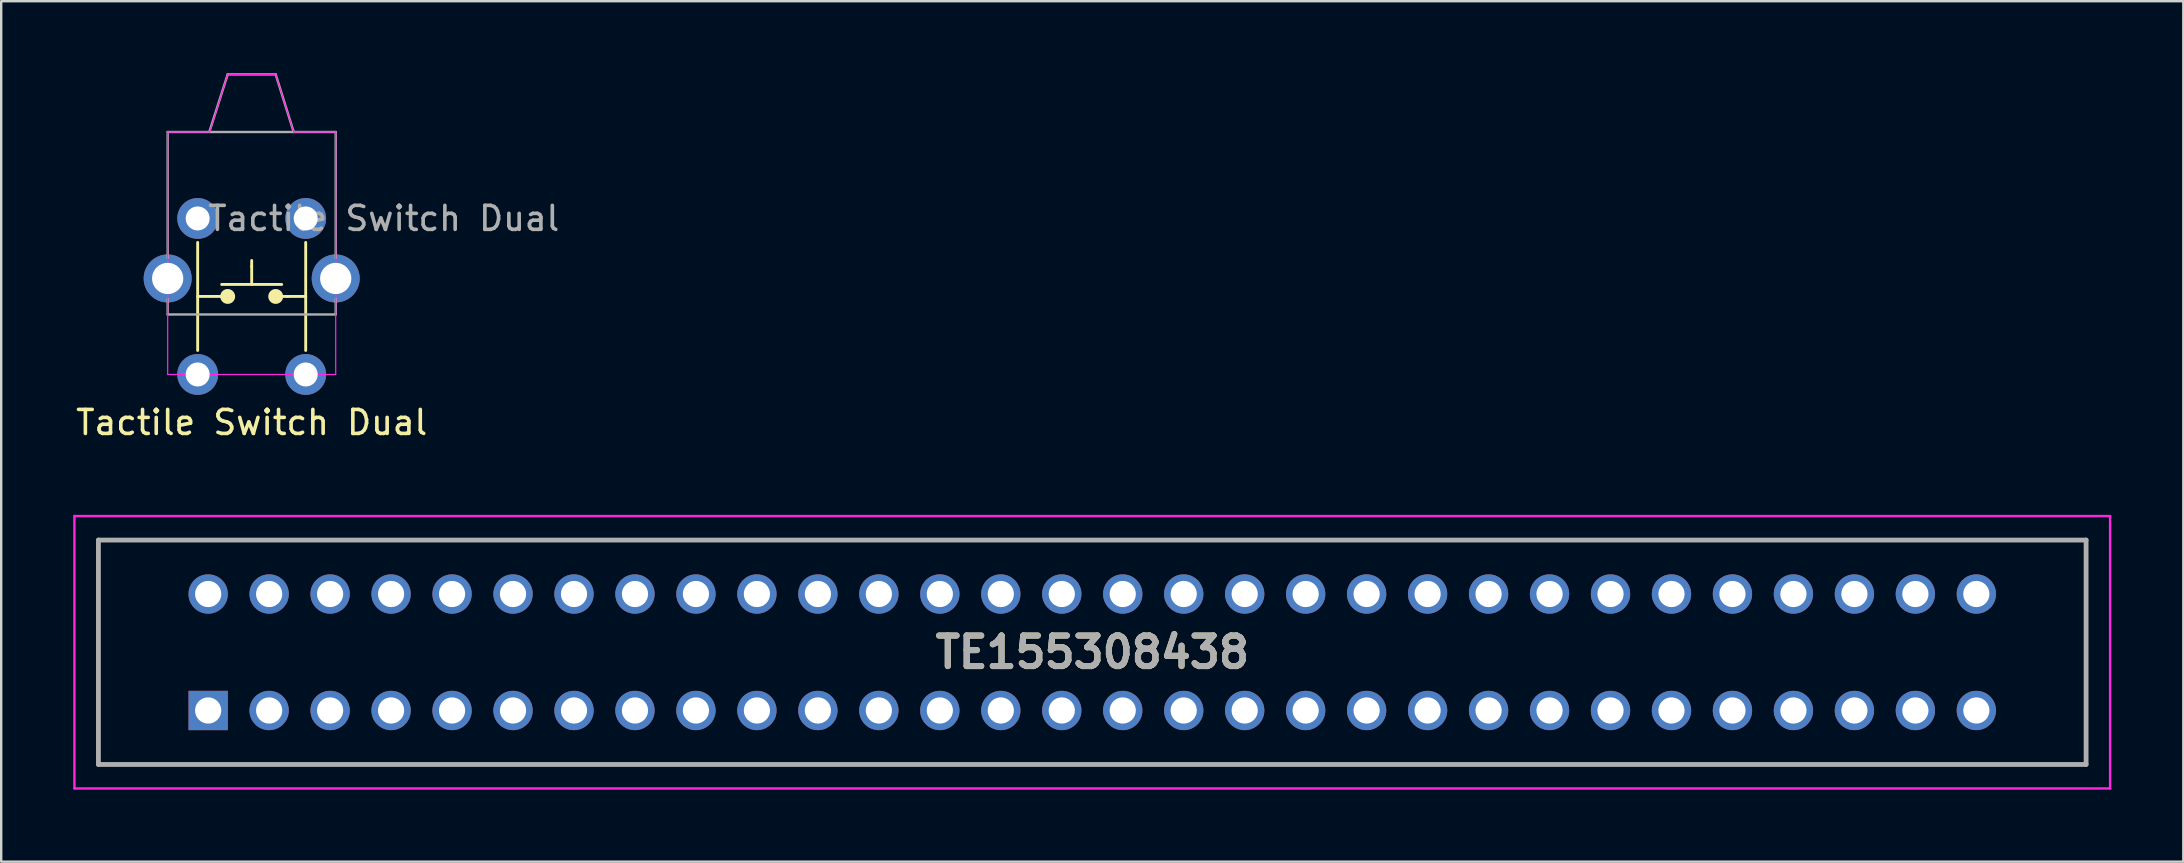
<source format=kicad_pcb>
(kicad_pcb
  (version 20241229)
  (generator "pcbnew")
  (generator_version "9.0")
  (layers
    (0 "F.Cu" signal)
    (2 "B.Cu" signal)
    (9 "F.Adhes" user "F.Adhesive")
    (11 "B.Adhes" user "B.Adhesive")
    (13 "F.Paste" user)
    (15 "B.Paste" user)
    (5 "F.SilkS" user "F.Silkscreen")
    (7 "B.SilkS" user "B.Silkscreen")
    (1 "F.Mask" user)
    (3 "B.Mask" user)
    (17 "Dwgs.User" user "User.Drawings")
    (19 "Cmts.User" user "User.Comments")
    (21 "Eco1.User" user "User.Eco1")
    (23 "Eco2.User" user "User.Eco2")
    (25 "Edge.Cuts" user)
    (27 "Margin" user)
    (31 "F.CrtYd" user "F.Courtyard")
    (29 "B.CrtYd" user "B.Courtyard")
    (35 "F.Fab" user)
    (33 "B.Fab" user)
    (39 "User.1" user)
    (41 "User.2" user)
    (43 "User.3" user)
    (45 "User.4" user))
  (footprint "TE155308438"
    (layer "F.Cu")
    (at 5.622 26.548)
    (property "Reference" "TE155308438" (at 36.83 -2.426 0) (layer "F.SilkS") (effects (font (size 1.27 1.27) (thickness 0.254))))
    (attr through_hole)
    (fp_line (start -4.572 -7.1) (end 78.232 -7.1) (stroke (width 0.1) (type solid)) (layer "F.SilkS"))
    (fp_line (start -4.572 2.248) (end -4.572 -7.1) (stroke (width 0.1) (type solid)) (layer "F.SilkS"))
    (fp_line (start 78.232 -7.1) (end 78.232 2.248) (stroke (width 0.1) (type solid)) (layer "F.SilkS"))
    (fp_line (start 78.232 2.248) (end -4.572 2.248) (stroke (width 0.1) (type solid)) (layer "F.SilkS"))
    (fp_line (start -5.572 -8.1) (end 79.232 -8.1) (stroke (width 0.1) (type solid)) (layer "F.CrtYd"))
    (fp_line (start -5.572 3.248) (end -5.572 -8.1) (stroke (width 0.1) (type solid)) (layer "F.CrtYd"))
    (fp_line (start 79.232 -8.1) (end 79.232 3.248) (stroke (width 0.1) (type solid)) (layer "F.CrtYd"))
    (fp_line (start 79.232 3.248) (end -5.572 3.248) (stroke (width 0.1) (type solid)) (layer "F.CrtYd"))
    (fp_line (start -4.572 -7.1) (end -4.572 2.248) (stroke (width 0.2) (type solid)) (layer "F.Fab"))
    (fp_line (start -4.572 2.248) (end 78.232 2.248) (stroke (width 0.2) (type solid)) (layer "F.Fab"))
    (fp_line (start 78.232 -7.1) (end -4.572 -7.1) (stroke (width 0.2) (type solid)) (layer "F.Fab"))
    (fp_line (start 78.232 2.248) (end 78.232 -7.1) (stroke (width 0.2) (type solid)) (layer "F.Fab"))
    (fp_text user "${REFERENCE}" (at 36.83 -2.426 0) (layer "F.Fab") (effects (font (size 1.27 1.27) (thickness 0.254))))
    (pad "1" thru_hole rect (at 0 0) (size 1.638 1.638) (drill 1.092) (layers "*.Cu" "*.Mask"))
    (pad "2" thru_hole circle (at 0 -4.852) (size 1.638 1.638) (drill 1.092) (layers "*.Cu" "*.Mask"))
    (pad "3" thru_hole circle (at 2.54 0) (size 1.638 1.638) (drill 1.092) (layers "*.Cu" "*.Mask"))
    (pad "4" thru_hole circle (at 2.54 -4.852) (size 1.638 1.638) (drill 1.092) (layers "*.Cu" "*.Mask"))
    (pad "5" thru_hole circle (at 5.08 0) (size 1.638 1.638) (drill 1.092) (layers "*.Cu" "*.Mask"))
    (pad "6" thru_hole circle (at 5.08 -4.852) (size 1.638 1.638) (drill 1.092) (layers "*.Cu" "*.Mask"))
    (pad "7" thru_hole circle (at 7.62 0) (size 1.638 1.638) (drill 1.092) (layers "*.Cu" "*.Mask"))
    (pad "8" thru_hole circle (at 7.62 -4.852) (size 1.638 1.638) (drill 1.092) (layers "*.Cu" "*.Mask"))
    (pad "9" thru_hole circle (at 10.16 0) (size 1.638 1.638) (drill 1.092) (layers "*.Cu" "*.Mask"))
    (pad "10" thru_hole circle (at 10.16 -4.852) (size 1.638 1.638) (drill 1.092) (layers "*.Cu" "*.Mask"))
    (pad "11" thru_hole circle (at 12.7 0) (size 1.638 1.638) (drill 1.092) (layers "*.Cu" "*.Mask"))
    (pad "12" thru_hole circle (at 12.7 -4.852) (size 1.638 1.638) (drill 1.092) (layers "*.Cu" "*.Mask"))
    (pad "13" thru_hole circle (at 15.24 0) (size 1.638 1.638) (drill 1.092) (layers "*.Cu" "*.Mask"))
    (pad "14" thru_hole circle (at 15.24 -4.852) (size 1.638 1.638) (drill 1.092) (layers "*.Cu" "*.Mask"))
    (pad "15" thru_hole circle (at 17.78 0) (size 1.638 1.638) (drill 1.092) (layers "*.Cu" "*.Mask"))
    (pad "16" thru_hole circle (at 17.78 -4.852) (size 1.638 1.638) (drill 1.092) (layers "*.Cu" "*.Mask"))
    (pad "17" thru_hole circle (at 20.32 0) (size 1.638 1.638) (drill 1.092) (layers "*.Cu" "*.Mask"))
    (pad "18" thru_hole circle (at 20.32 -4.852) (size 1.638 1.638) (drill 1.092) (layers "*.Cu" "*.Mask"))
    (pad "19" thru_hole circle (at 22.86 0) (size 1.638 1.638) (drill 1.092) (layers "*.Cu" "*.Mask"))
    (pad "20" thru_hole circle (at 22.86 -4.852) (size 1.638 1.638) (drill 1.092) (layers "*.Cu" "*.Mask"))
    (pad "21" thru_hole circle (at 25.4 0) (size 1.638 1.638) (drill 1.092) (layers "*.Cu" "*.Mask"))
    (pad "22" thru_hole circle (at 25.4 -4.852) (size 1.638 1.638) (drill 1.092) (layers "*.Cu" "*.Mask"))
    (pad "23" thru_hole circle (at 27.94 0) (size 1.638 1.638) (drill 1.092) (layers "*.Cu" "*.Mask"))
    (pad "24" thru_hole circle (at 27.94 -4.852) (size 1.638 1.638) (drill 1.092) (layers "*.Cu" "*.Mask"))
    (pad "25" thru_hole circle (at 30.48 0) (size 1.638 1.638) (drill 1.092) (layers "*.Cu" "*.Mask"))
    (pad "26" thru_hole circle (at 30.48 -4.852) (size 1.638 1.638) (drill 1.092) (layers "*.Cu" "*.Mask"))
    (pad "27" thru_hole circle (at 33.02 0) (size 1.638 1.638) (drill 1.092) (layers "*.Cu" "*.Mask"))
    (pad "28" thru_hole circle (at 33.02 -4.852) (size 1.638 1.638) (drill 1.092) (layers "*.Cu" "*.Mask"))
    (pad "29" thru_hole circle (at 35.56 0) (size 1.638 1.638) (drill 1.092) (layers "*.Cu" "*.Mask"))
    (pad "30" thru_hole circle (at 35.56 -4.852) (size 1.638 1.638) (drill 1.092) (layers "*.Cu" "*.Mask"))
    (pad "31" thru_hole circle (at 38.1 0) (size 1.638 1.638) (drill 1.092) (layers "*.Cu" "*.Mask"))
    (pad "32" thru_hole circle (at 38.1 -4.852) (size 1.638 1.638) (drill 1.092) (layers "*.Cu" "*.Mask"))
    (pad "33" thru_hole circle (at 40.64 0) (size 1.638 1.638) (drill 1.092) (layers "*.Cu" "*.Mask"))
    (pad "34" thru_hole circle (at 40.64 -4.852) (size 1.638 1.638) (drill 1.092) (layers "*.Cu" "*.Mask"))
    (pad "35" thru_hole circle (at 43.18 0) (size 1.638 1.638) (drill 1.092) (layers "*.Cu" "*.Mask"))
    (pad "36" thru_hole circle (at 43.18 -4.852) (size 1.638 1.638) (drill 1.092) (layers "*.Cu" "*.Mask"))
    (pad "37" thru_hole circle (at 45.72 0) (size 1.638 1.638) (drill 1.092) (layers "*.Cu" "*.Mask"))
    (pad "38" thru_hole circle (at 45.72 -4.852) (size 1.638 1.638) (drill 1.092) (layers "*.Cu" "*.Mask"))
    (pad "39" thru_hole circle (at 48.26 0) (size 1.638 1.638) (drill 1.092) (layers "*.Cu" "*.Mask"))
    (pad "40" thru_hole circle (at 48.26 -4.852) (size 1.638 1.638) (drill 1.092) (layers "*.Cu" "*.Mask"))
    (pad "41" thru_hole circle (at 50.8 0) (size 1.638 1.638) (drill 1.092) (layers "*.Cu" "*.Mask"))
    (pad "42" thru_hole circle (at 50.8 -4.852) (size 1.638 1.638) (drill 1.092) (layers "*.Cu" "*.Mask"))
    (pad "43" thru_hole circle (at 53.34 0) (size 1.638 1.638) (drill 1.092) (layers "*.Cu" "*.Mask"))
    (pad "44" thru_hole circle (at 53.34 -4.852) (size 1.638 1.638) (drill 1.092) (layers "*.Cu" "*.Mask"))
    (pad "45" thru_hole circle (at 55.88 0) (size 1.638 1.638) (drill 1.092) (layers "*.Cu" "*.Mask"))
    (pad "46" thru_hole circle (at 55.88 -4.852) (size 1.638 1.638) (drill 1.092) (layers "*.Cu" "*.Mask"))
    (pad "47" thru_hole circle (at 58.42 0) (size 1.638 1.638) (drill 1.092) (layers "*.Cu" "*.Mask"))
    (pad "48" thru_hole circle (at 58.42 -4.852) (size 1.638 1.638) (drill 1.092) (layers "*.Cu" "*.Mask"))
    (pad "49" thru_hole circle (at 60.96 0) (size 1.638 1.638) (drill 1.092) (layers "*.Cu" "*.Mask"))
    (pad "50" thru_hole circle (at 60.96 -4.852) (size 1.638 1.638) (drill 1.092) (layers "*.Cu" "*.Mask"))
    (pad "51" thru_hole circle (at 63.5 0) (size 1.638 1.638) (drill 1.092) (layers "*.Cu" "*.Mask"))
    (pad "52" thru_hole circle (at 63.5 -4.852) (size 1.638 1.638) (drill 1.092) (layers "*.Cu" "*.Mask"))
    (pad "53" thru_hole circle (at 66.04 0) (size 1.638 1.638) (drill 1.092) (layers "*.Cu" "*.Mask"))
    (pad "54" thru_hole circle (at 66.04 -4.852) (size 1.638 1.638) (drill 1.092) (layers "*.Cu" "*.Mask"))
    (pad "55" thru_hole circle (at 68.58 0) (size 1.638 1.638) (drill 1.092) (layers "*.Cu" "*.Mask"))
    (pad "56" thru_hole circle (at 68.58 -4.852) (size 1.638 1.638) (drill 1.092) (layers "*.Cu" "*.Mask"))
    (pad "57" thru_hole circle (at 71.12 0) (size 1.638 1.638) (drill 1.092) (layers "*.Cu" "*.Mask"))
    (pad "58" thru_hole circle (at 71.12 -4.852) (size 1.638 1.638) (drill 1.092) (layers "*.Cu" "*.Mask"))
    (pad "59" thru_hole circle (at 73.66 0) (size 1.638 1.638) (drill 1.092) (layers "*.Cu" "*.Mask"))
    (pad "60" thru_hole circle (at 73.66 -4.852) (size 1.638 1.638) (drill 1.092) (layers "*.Cu" "*.Mask")))
  (footprint "Tactile Switch Dual"
    (layer "F.Cu")
    (at 7.435 6.05)
    (property "Reference" "Tactile Switch Dual" (at 0 8.5 0) (unlocked yes) (layer "F.SilkS") (effects (font (size 1 1) (thickness 0.15))))
    (attr through_hole)
    (fp_line (start -2.25 3.25) (end -1.25 3.25) (stroke (width 0.12) (type solid)) (layer "F.SilkS"))
    (fp_line (start -2.25 5.5) (end -2.25 1) (stroke (width 0.12) (type solid)) (layer "F.SilkS"))
    (fp_line (start -1.25 2.75) (end 1.25 2.75) (stroke (width 0.12) (type solid)) (layer "F.SilkS"))
    (fp_line (start 0 2) (end 0 1.75) (stroke (width 0.12) (type solid)) (layer "F.SilkS"))
    (fp_line (start 0 2.75) (end 0 2) (stroke (width 0.12) (type solid)) (layer "F.SilkS"))
    (fp_line (start 1.5 3.25) (end 1.25 3.25) (stroke (width 0.12) (type solid)) (layer "F.SilkS"))
    (fp_line (start 2.25 3.25) (end 1.5 3.25) (stroke (width 0.12) (type solid)) (layer "F.SilkS"))
    (fp_line (start 2.25 5.5) (end 2.25 1) (stroke (width 0.12) (type solid)) (layer "F.SilkS"))
    (fp_circle (center -1 3.25) (end -0.75 3.25) (stroke (width 0.12) (type solid)) (fill yes) (layer "F.SilkS"))
    (fp_circle (center 1 3.25) (end 1.25 3.25) (stroke (width 0.12) (type solid)) (fill yes) (layer "F.SilkS"))
    (fp_line (start -3.5 -3.6) (end -3.5 4) (stroke (width 0.05) (type solid)) (layer "F.CrtYd"))
    (fp_line (start -3.5 4) (end -3.5 6.5) (stroke (width 0.05) (type solid)) (layer "F.CrtYd"))
    (fp_line (start -3.5 6.5) (end 3.5 6.5) (stroke (width 0.05) (type solid)) (layer "F.CrtYd"))
    (fp_line (start -1.75 -3.6) (end -3.5 -3.6) (stroke (width 0.05) (type solid)) (layer "F.CrtYd"))
    (fp_line (start -1 -6) (end -1.75 -3.6) (stroke (width 0.05) (type solid)) (layer "F.CrtYd"))
    (fp_line (start 1 -6) (end -1 -6) (stroke (width 0.05) (type solid)) (layer "F.CrtYd"))
    (fp_line (start 1.75 -3.6) (end 1 -6) (stroke (width 0.05) (type solid)) (layer "F.CrtYd"))
    (fp_line (start 3.5 -3.6) (end 1.75 -3.6) (stroke (width 0.05) (type solid)) (layer "F.CrtYd"))
    (fp_line (start 3.5 6.5) (end 3.5 -3.6) (stroke (width 0.05) (type solid)) (layer "F.CrtYd"))
    (fp_line (start -3.5 -3.6) (end -3.5 1.65) (stroke (width 0.1) (type solid)) (layer "F.Fab"))
    (fp_line (start -3.5 -3.6) (end 3.5 -3.6) (stroke (width 0.1) (type solid)) (layer "F.Fab"))
    (fp_line (start -3.5 3.35) (end -3.5 4) (stroke (width 0.1) (type solid)) (layer "F.Fab"))
    (fp_line (start -3.5 4) (end 3.5 4) (stroke (width 0.1) (type solid)) (layer "F.Fab"))
    (fp_line (start -1.75 -3.65) (end -1 -6) (stroke (width 0.1) (type solid)) (layer "F.Fab"))
    (fp_line (start 1 -6) (end -1 -6) (stroke (width 0.1) (type solid)) (layer "F.Fab"))
    (fp_line (start 1.75 -3.6) (end 1 -6) (stroke (width 0.1) (type solid)) (layer "F.Fab"))
    (fp_line (start 3.5 -3.6) (end 3.5 1.65) (stroke (width 0.1) (type solid)) (layer "F.Fab"))
    (fp_line (start 3.5 4) (end 3.5 3.35) (stroke (width 0.1) (type solid)) (layer "F.Fab"))
    (fp_text user "${REFERENCE}" (at 5.5 0 0) (unlocked yes) (layer "F.Fab") (effects (font (size 1 1) (thickness 0.15))))
    (pad "1" thru_hole circle (at -2.25 0) (size 1.7 1.7) (drill 1) (layers "*.Cu" "*.Mask"))
    (pad "1" thru_hole circle (at -2.25 6.5) (size 1.7 1.7) (drill 1) (layers "*.Cu" "*.Mask"))
    (pad "2" thru_hole circle (at 2.25 0) (size 1.7 1.7) (drill 1) (layers "*.Cu" "*.Mask"))
    (pad "2" thru_hole circle (at 2.25 6.5) (size 1.7 1.7) (drill 1) (layers "*.Cu" "*.Mask"))
    (pad "SH" thru_hole circle (at -3.5 2.5) (size 2 2) (drill 1.3) (layers "*.Cu" "*.Mask"))
    (pad "SH" thru_hole circle (at 3.5 2.5) (size 2 2) (drill 1.3) (layers "*.Cu" "*.Mask")))
  (gr_rect
    (start -3 -3)
    (end 87.904 32.846)
    (stroke (width 0.1) (type default))
    (fill no)
    (layer "Edge.Cuts")))
</source>
